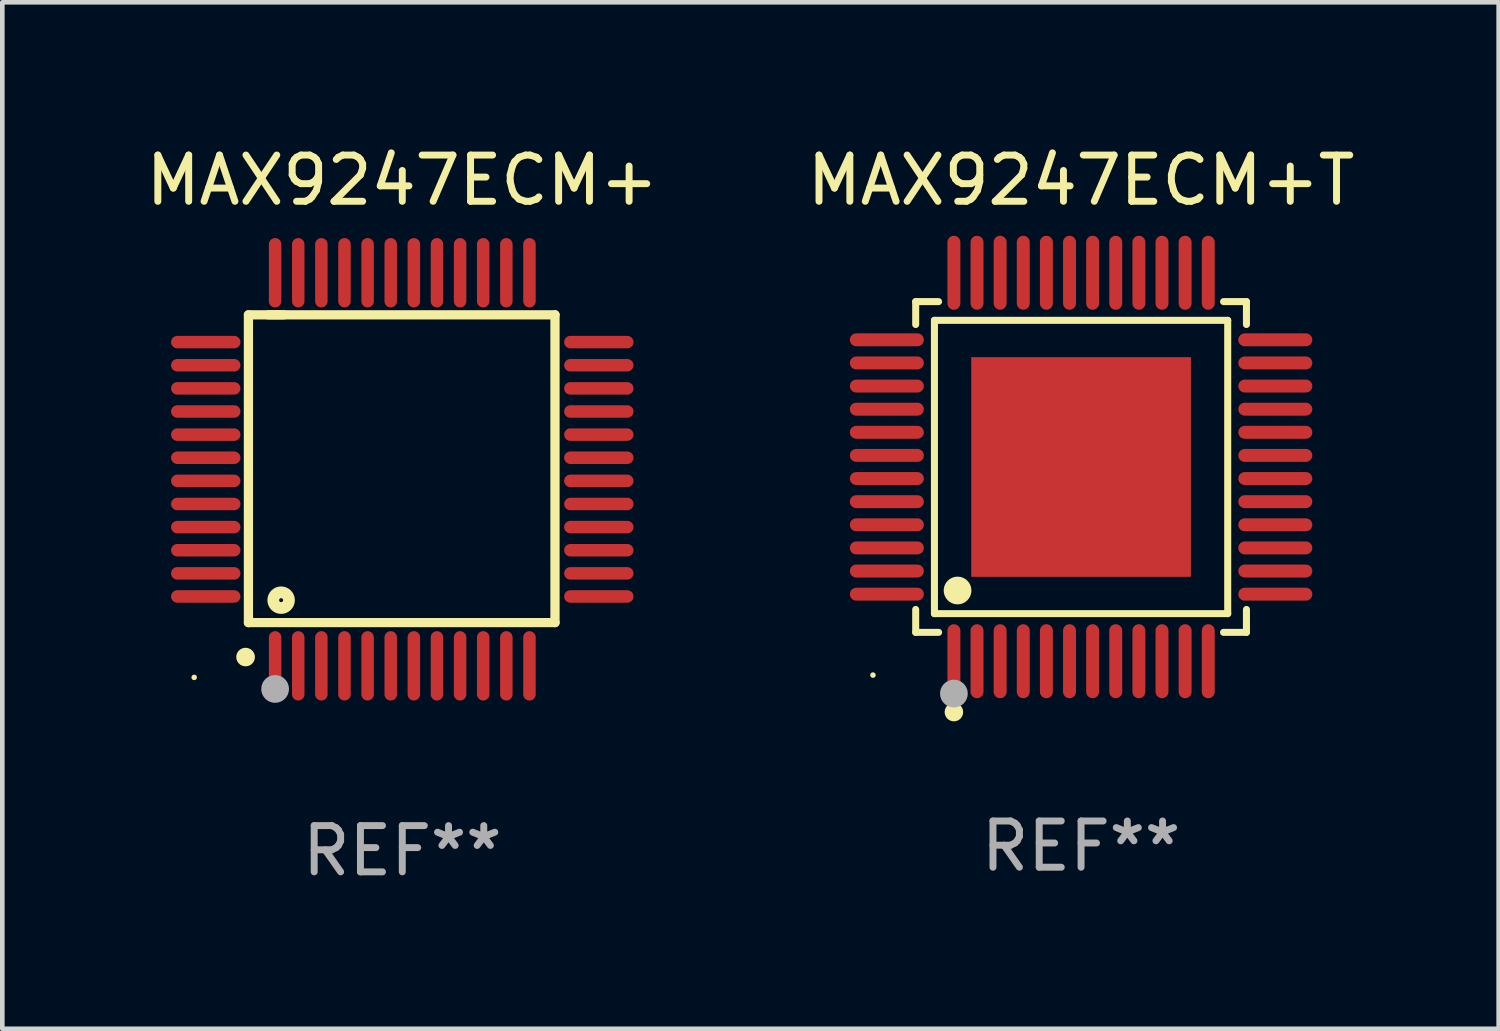
<source format=kicad_pcb>
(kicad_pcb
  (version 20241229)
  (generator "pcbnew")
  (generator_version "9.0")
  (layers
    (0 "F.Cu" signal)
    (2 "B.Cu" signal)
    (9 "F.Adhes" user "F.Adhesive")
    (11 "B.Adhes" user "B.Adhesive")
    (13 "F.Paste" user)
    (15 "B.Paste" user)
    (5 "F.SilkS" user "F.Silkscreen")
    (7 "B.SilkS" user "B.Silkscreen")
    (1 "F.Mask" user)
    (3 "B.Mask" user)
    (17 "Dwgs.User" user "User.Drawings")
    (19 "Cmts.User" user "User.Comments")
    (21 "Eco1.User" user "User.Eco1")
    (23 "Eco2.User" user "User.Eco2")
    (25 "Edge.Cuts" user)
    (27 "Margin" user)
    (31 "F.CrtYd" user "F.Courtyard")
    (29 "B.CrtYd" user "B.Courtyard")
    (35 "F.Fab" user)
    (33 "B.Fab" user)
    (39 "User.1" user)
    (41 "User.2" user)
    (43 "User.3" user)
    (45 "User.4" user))
  (footprint "MAX9247ECM+T"
    (layer "F.Cu")
    (at 20.327 7.048)
    (property "Reference" "MAX9247ECM+T" (at 0 -6.2 0) (layer "F.SilkS") (effects (font (size 1 1) (thickness 0.15))))
    (attr through_hole)
    (fp_line (start -3.576 -3.576) (end -3.081 -3.576) (stroke (width 0.152) (type solid)) (layer "F.SilkS"))
    (fp_line (start -3.576 -3.081) (end -3.576 -3.576) (stroke (width 0.152) (type solid)) (layer "F.SilkS"))
    (fp_line (start -3.576 3.081) (end -3.576 3.576) (stroke (width 0.152) (type solid)) (layer "F.SilkS"))
    (fp_line (start -3.576 3.576) (end -3.081 3.576) (stroke (width 0.152) (type solid)) (layer "F.SilkS"))
    (fp_line (start -3.171 -3.171) (end 3.171 -3.171) (stroke (width 0.152) (type solid)) (layer "F.SilkS"))
    (fp_line (start -3.171 3.171) (end -3.171 -3.171) (stroke (width 0.152) (type solid)) (layer "F.SilkS"))
    (fp_line (start 3.171 -3.171) (end 3.171 3.171) (stroke (width 0.152) (type solid)) (layer "F.SilkS"))
    (fp_line (start 3.171 3.171) (end -3.171 3.171) (stroke (width 0.152) (type solid)) (layer "F.SilkS"))
    (fp_line (start 3.576 -3.576) (end 3.081 -3.576) (stroke (width 0.152) (type solid)) (layer "F.SilkS"))
    (fp_line (start 3.576 -3.081) (end 3.576 -3.576) (stroke (width 0.152) (type solid)) (layer "F.SilkS"))
    (fp_line (start 3.576 3.081) (end 3.576 3.576) (stroke (width 0.152) (type solid)) (layer "F.SilkS"))
    (fp_line (start 3.576 3.576) (end 3.081 3.576) (stroke (width 0.152) (type solid)) (layer "F.SilkS"))
    (fp_circle (center -4.5 4.5) (end -4.47 4.5) (stroke (width 0.06) (type solid)) (fill no) (layer "F.SilkS"))
    (fp_circle (center -2.75 5.3) (end -2.65 5.3) (stroke (width 0.2) (type solid)) (fill no) (layer "F.SilkS"))
    (fp_circle (center -2.671 2.671) (end -2.521 2.671) (stroke (width 0.3) (type solid)) (fill no) (layer "F.SilkS"))
    (fp_circle (center -2.75 4.9) (end -2.6 4.9) (stroke (width 0.3) (type solid)) (fill no) (layer "F.Fab"))
    (fp_text user "REF**" (at 0 8.2 0) (layer "F.Fab") (effects (font (size 1 1) (thickness 0.15))))
    (pad "1" smd oval (at -2.75 4.2) (size 0.28 1.6) (layers "F.Cu" "F.Mask" "F.Paste"))
    (pad "2" smd oval (at -2.25 4.2) (size 0.28 1.6) (layers "F.Cu" "F.Mask" "F.Paste"))
    (pad "3" smd oval (at -1.75 4.2) (size 0.28 1.6) (layers "F.Cu" "F.Mask" "F.Paste"))
    (pad "4" smd oval (at -1.25 4.2) (size 0.28 1.6) (layers "F.Cu" "F.Mask" "F.Paste"))
    (pad "5" smd oval (at -0.75 4.2) (size 0.28 1.6) (layers "F.Cu" "F.Mask" "F.Paste"))
    (pad "6" smd oval (at -0.25 4.2) (size 0.28 1.6) (layers "F.Cu" "F.Mask" "F.Paste"))
    (pad "7" smd oval (at 0.25 4.2) (size 0.28 1.6) (layers "F.Cu" "F.Mask" "F.Paste"))
    (pad "8" smd oval (at 0.75 4.2) (size 0.28 1.6) (layers "F.Cu" "F.Mask" "F.Paste"))
    (pad "9" smd oval (at 1.25 4.2) (size 0.28 1.6) (layers "F.Cu" "F.Mask" "F.Paste"))
    (pad "10" smd oval (at 1.75 4.2) (size 0.28 1.6) (layers "F.Cu" "F.Mask" "F.Paste"))
    (pad "11" smd oval (at 2.25 4.2) (size 0.28 1.6) (layers "F.Cu" "F.Mask" "F.Paste"))
    (pad "12" smd oval (at 2.75 4.2) (size 0.28 1.6) (layers "F.Cu" "F.Mask" "F.Paste"))
    (pad "13" smd oval (at 4.2 2.75) (size 1.6 0.28) (layers "F.Cu" "F.Mask" "F.Paste"))
    (pad "14" smd oval (at 4.2 2.25) (size 1.6 0.28) (layers "F.Cu" "F.Mask" "F.Paste"))
    (pad "15" smd oval (at 4.2 1.75) (size 1.6 0.28) (layers "F.Cu" "F.Mask" "F.Paste"))
    (pad "16" smd oval (at 4.2 1.25) (size 1.6 0.28) (layers "F.Cu" "F.Mask" "F.Paste"))
    (pad "17" smd oval (at 4.2 0.75) (size 1.6 0.28) (layers "F.Cu" "F.Mask" "F.Paste"))
    (pad "18" smd oval (at 4.2 0.25) (size 1.6 0.28) (layers "F.Cu" "F.Mask" "F.Paste"))
    (pad "19" smd oval (at 4.2 -0.25) (size 1.6 0.28) (layers "F.Cu" "F.Mask" "F.Paste"))
    (pad "20" smd oval (at 4.2 -0.75) (size 1.6 0.28) (layers "F.Cu" "F.Mask" "F.Paste"))
    (pad "21" smd oval (at 4.2 -1.25) (size 1.6 0.28) (layers "F.Cu" "F.Mask" "F.Paste"))
    (pad "22" smd oval (at 4.2 -1.75) (size 1.6 0.28) (layers "F.Cu" "F.Mask" "F.Paste"))
    (pad "23" smd oval (at 4.2 -2.25) (size 1.6 0.28) (layers "F.Cu" "F.Mask" "F.Paste"))
    (pad "24" smd oval (at 4.2 -2.75) (size 1.6 0.28) (layers "F.Cu" "F.Mask" "F.Paste"))
    (pad "25" smd oval (at 2.75 -4.2) (size 0.28 1.6) (layers "F.Cu" "F.Mask" "F.Paste"))
    (pad "26" smd oval (at 2.25 -4.2) (size 0.28 1.6) (layers "F.Cu" "F.Mask" "F.Paste"))
    (pad "27" smd oval (at 1.75 -4.2) (size 0.28 1.6) (layers "F.Cu" "F.Mask" "F.Paste"))
    (pad "28" smd oval (at 1.25 -4.2) (size 0.28 1.6) (layers "F.Cu" "F.Mask" "F.Paste"))
    (pad "29" smd oval (at 0.75 -4.2) (size 0.28 1.6) (layers "F.Cu" "F.Mask" "F.Paste"))
    (pad "30" smd oval (at 0.25 -4.2) (size 0.28 1.6) (layers "F.Cu" "F.Mask" "F.Paste"))
    (pad "31" smd oval (at -0.25 -4.2) (size 0.28 1.6) (layers "F.Cu" "F.Mask" "F.Paste"))
    (pad "32" smd oval (at -0.75 -4.2) (size 0.28 1.6) (layers "F.Cu" "F.Mask" "F.Paste"))
    (pad "33" smd oval (at -1.25 -4.2) (size 0.28 1.6) (layers "F.Cu" "F.Mask" "F.Paste"))
    (pad "34" smd oval (at -1.75 -4.2) (size 0.28 1.6) (layers "F.Cu" "F.Mask" "F.Paste"))
    (pad "35" smd oval (at -2.25 -4.2) (size 0.28 1.6) (layers "F.Cu" "F.Mask" "F.Paste"))
    (pad "36" smd oval (at -2.75 -4.2) (size 0.28 1.6) (layers "F.Cu" "F.Mask" "F.Paste"))
    (pad "37" smd oval (at -4.2 -2.75) (size 1.6 0.28) (layers "F.Cu" "F.Mask" "F.Paste"))
    (pad "38" smd oval (at -4.2 -2.25) (size 1.6 0.28) (layers "F.Cu" "F.Mask" "F.Paste"))
    (pad "39" smd oval (at -4.2 -1.75) (size 1.6 0.28) (layers "F.Cu" "F.Mask" "F.Paste"))
    (pad "40" smd oval (at -4.2 -1.25) (size 1.6 0.28) (layers "F.Cu" "F.Mask" "F.Paste"))
    (pad "41" smd oval (at -4.2 -0.75) (size 1.6 0.28) (layers "F.Cu" "F.Mask" "F.Paste"))
    (pad "42" smd oval (at -4.2 -0.25) (size 1.6 0.28) (layers "F.Cu" "F.Mask" "F.Paste"))
    (pad "43" smd oval (at -4.2 0.25) (size 1.6 0.28) (layers "F.Cu" "F.Mask" "F.Paste"))
    (pad "44" smd oval (at -4.2 0.75) (size 1.6 0.28) (layers "F.Cu" "F.Mask" "F.Paste"))
    (pad "45" smd oval (at -4.2 1.25) (size 1.6 0.28) (layers "F.Cu" "F.Mask" "F.Paste"))
    (pad "46" smd oval (at -4.2 1.75) (size 1.6 0.28) (layers "F.Cu" "F.Mask" "F.Paste"))
    (pad "47" smd oval (at -4.2 2.25) (size 1.6 0.28) (layers "F.Cu" "F.Mask" "F.Paste"))
    (pad "48" smd oval (at -4.2 2.75) (size 1.6 0.28) (layers "F.Cu" "F.Mask" "F.Paste"))
    (pad "49" smd rect (at 0 0) (size 4.75 4.75) (layers "F.Cu" "F.Mask" "F.Paste")))
  (footprint "MAX9247ECM+"
    (layer "F.Cu")
    (at 5.649 7.098)
    (property "Reference" "MAX9247ECM+" (at 0 -6.25 0) (layer "F.SilkS") (effects (font (size 1 1) (thickness 0.15))))
    (attr through_hole)
    (fp_line (start -3.327 -3.34) (end -2.565 -3.34) (stroke (width 0.2) (type solid)) (layer "F.SilkS"))
    (fp_line (start -3.327 3.315) (end -3.327 -3.34) (stroke (width 0.2) (type solid)) (layer "F.SilkS"))
    (fp_line (start -2.896 -3.34) (end 3.302 -3.34) (stroke (width 0.2) (type solid)) (layer "F.SilkS"))
    (fp_line (start 3.302 -3.34) (end 3.302 3.315) (stroke (width 0.2) (type solid)) (layer "F.SilkS"))
    (fp_line (start 3.302 3.315) (end -3.327 3.315) (stroke (width 0.2) (type solid)) (layer "F.SilkS"))
    (fp_arc (start -3.389992 4.059995) (mid -3.388722 4.059991) (end -3.387452 4.059995) (stroke (width 0.4) (type solid)) (layer "F.SilkS"))
    (fp_circle (center -4.5 4.5) (end -4.47 4.5) (stroke (width 0.06) (type solid)) (fill no) (layer "F.SilkS"))
    (fp_circle (center -2.62 2.83) (end -2.45 2.83) (stroke (width 0.254) (type solid)) (fill no) (layer "F.SilkS"))
    (fp_circle (center -2.75 4.75) (end -2.6 4.75) (stroke (width 0.3) (type solid)) (fill no) (layer "F.Fab"))
    (fp_text user "REF**" (at 0 8.25 0) (layer "F.Fab") (effects (font (size 1 1) (thickness 0.15))))
    (pad "1" smd oval (at -2.75 4.25) (size 0.27 1.5) (layers "F.Cu" "F.Mask" "F.Paste"))
    (pad "2" smd oval (at -2.25 4.25) (size 0.27 1.5) (layers "F.Cu" "F.Mask" "F.Paste"))
    (pad "3" smd oval (at -1.75 4.25) (size 0.27 1.5) (layers "F.Cu" "F.Mask" "F.Paste"))
    (pad "4" smd oval (at -1.25 4.25) (size 0.27 1.5) (layers "F.Cu" "F.Mask" "F.Paste"))
    (pad "5" smd oval (at -0.75 4.25) (size 0.27 1.5) (layers "F.Cu" "F.Mask" "F.Paste"))
    (pad "6" smd oval (at -0.25 4.25) (size 0.27 1.5) (layers "F.Cu" "F.Mask" "F.Paste"))
    (pad "7" smd oval (at 0.25 4.25) (size 0.27 1.5) (layers "F.Cu" "F.Mask" "F.Paste"))
    (pad "8" smd oval (at 0.75 4.25) (size 0.27 1.5) (layers "F.Cu" "F.Mask" "F.Paste"))
    (pad "9" smd oval (at 1.25 4.25) (size 0.27 1.5) (layers "F.Cu" "F.Mask" "F.Paste"))
    (pad "10" smd oval (at 1.75 4.25) (size 0.27 1.5) (layers "F.Cu" "F.Mask" "F.Paste"))
    (pad "11" smd oval (at 2.25 4.25) (size 0.27 1.5) (layers "F.Cu" "F.Mask" "F.Paste"))
    (pad "12" smd oval (at 2.75 4.25) (size 0.27 1.5) (layers "F.Cu" "F.Mask" "F.Paste"))
    (pad "13" smd oval (at 4.25 2.75) (size 1.5 0.27) (layers "F.Cu" "F.Mask" "F.Paste"))
    (pad "14" smd oval (at 4.25 2.25) (size 1.5 0.27) (layers "F.Cu" "F.Mask" "F.Paste"))
    (pad "15" smd oval (at 4.25 1.75) (size 1.5 0.27) (layers "F.Cu" "F.Mask" "F.Paste"))
    (pad "16" smd oval (at 4.25 1.25) (size 1.5 0.27) (layers "F.Cu" "F.Mask" "F.Paste"))
    (pad "17" smd oval (at 4.25 0.75) (size 1.5 0.27) (layers "F.Cu" "F.Mask" "F.Paste"))
    (pad "18" smd oval (at 4.25 0.25) (size 1.5 0.27) (layers "F.Cu" "F.Mask" "F.Paste"))
    (pad "19" smd oval (at 4.25 -0.25) (size 1.5 0.27) (layers "F.Cu" "F.Mask" "F.Paste"))
    (pad "20" smd oval (at 4.25 -0.75) (size 1.5 0.27) (layers "F.Cu" "F.Mask" "F.Paste"))
    (pad "21" smd oval (at 4.25 -1.25) (size 1.5 0.27) (layers "F.Cu" "F.Mask" "F.Paste"))
    (pad "22" smd oval (at 4.25 -1.75) (size 1.5 0.27) (layers "F.Cu" "F.Mask" "F.Paste"))
    (pad "23" smd oval (at 4.25 -2.25) (size 1.5 0.27) (layers "F.Cu" "F.Mask" "F.Paste"))
    (pad "24" smd oval (at 4.25 -2.75) (size 1.5 0.27) (layers "F.Cu" "F.Mask" "F.Paste"))
    (pad "25" smd oval (at 2.75 -4.25) (size 0.27 1.5) (layers "F.Cu" "F.Mask" "F.Paste"))
    (pad "26" smd oval (at 2.25 -4.25) (size 0.27 1.5) (layers "F.Cu" "F.Mask" "F.Paste"))
    (pad "27" smd oval (at 1.75 -4.25) (size 0.27 1.5) (layers "F.Cu" "F.Mask" "F.Paste"))
    (pad "28" smd oval (at 1.25 -4.25) (size 0.27 1.5) (layers "F.Cu" "F.Mask" "F.Paste"))
    (pad "29" smd oval (at 0.75 -4.25) (size 0.27 1.5) (layers "F.Cu" "F.Mask" "F.Paste"))
    (pad "30" smd oval (at 0.25 -4.25) (size 0.27 1.5) (layers "F.Cu" "F.Mask" "F.Paste"))
    (pad "31" smd oval (at -0.25 -4.25) (size 0.27 1.5) (layers "F.Cu" "F.Mask" "F.Paste"))
    (pad "32" smd oval (at -0.75 -4.25) (size 0.27 1.5) (layers "F.Cu" "F.Mask" "F.Paste"))
    (pad "33" smd oval (at -1.25 -4.25) (size 0.27 1.5) (layers "F.Cu" "F.Mask" "F.Paste"))
    (pad "34" smd oval (at -1.75 -4.25) (size 0.27 1.5) (layers "F.Cu" "F.Mask" "F.Paste"))
    (pad "35" smd oval (at -2.25 -4.25) (size 0.27 1.5) (layers "F.Cu" "F.Mask" "F.Paste"))
    (pad "36" smd oval (at -2.75 -4.25) (size 0.27 1.5) (layers "F.Cu" "F.Mask" "F.Paste"))
    (pad "37" smd oval (at -4.25 -2.75) (size 1.5 0.27) (layers "F.Cu" "F.Mask" "F.Paste"))
    (pad "38" smd oval (at -4.25 -2.25) (size 1.5 0.27) (layers "F.Cu" "F.Mask" "F.Paste"))
    (pad "39" smd oval (at -4.25 -1.75) (size 1.5 0.27) (layers "F.Cu" "F.Mask" "F.Paste"))
    (pad "40" smd oval (at -4.25 -1.25) (size 1.5 0.27) (layers "F.Cu" "F.Mask" "F.Paste"))
    (pad "41" smd oval (at -4.25 -0.75) (size 1.5 0.27) (layers "F.Cu" "F.Mask" "F.Paste"))
    (pad "42" smd oval (at -4.25 -0.25) (size 1.5 0.27) (layers "F.Cu" "F.Mask" "F.Paste"))
    (pad "43" smd oval (at -4.25 0.25) (size 1.5 0.27) (layers "F.Cu" "F.Mask" "F.Paste"))
    (pad "44" smd oval (at -4.25 0.75) (size 1.5 0.27) (layers "F.Cu" "F.Mask" "F.Paste"))
    (pad "45" smd oval (at -4.25 1.25) (size 1.5 0.27) (layers "F.Cu" "F.Mask" "F.Paste"))
    (pad "46" smd oval (at -4.25 1.75) (size 1.5 0.27) (layers "F.Cu" "F.Mask" "F.Paste"))
    (pad "47" smd oval (at -4.25 2.25) (size 1.5 0.27) (layers "F.Cu" "F.Mask" "F.Paste"))
    (pad "48" smd oval (at -4.25 2.75) (size 1.5 0.27) (layers "F.Cu" "F.Mask" "F.Paste")))
  (gr_rect
    (start -3 -3)
    (end 29.357 19.196)
    (stroke (width 0.1) (type default))
    (fill no)
    (layer "Edge.Cuts")))
</source>
